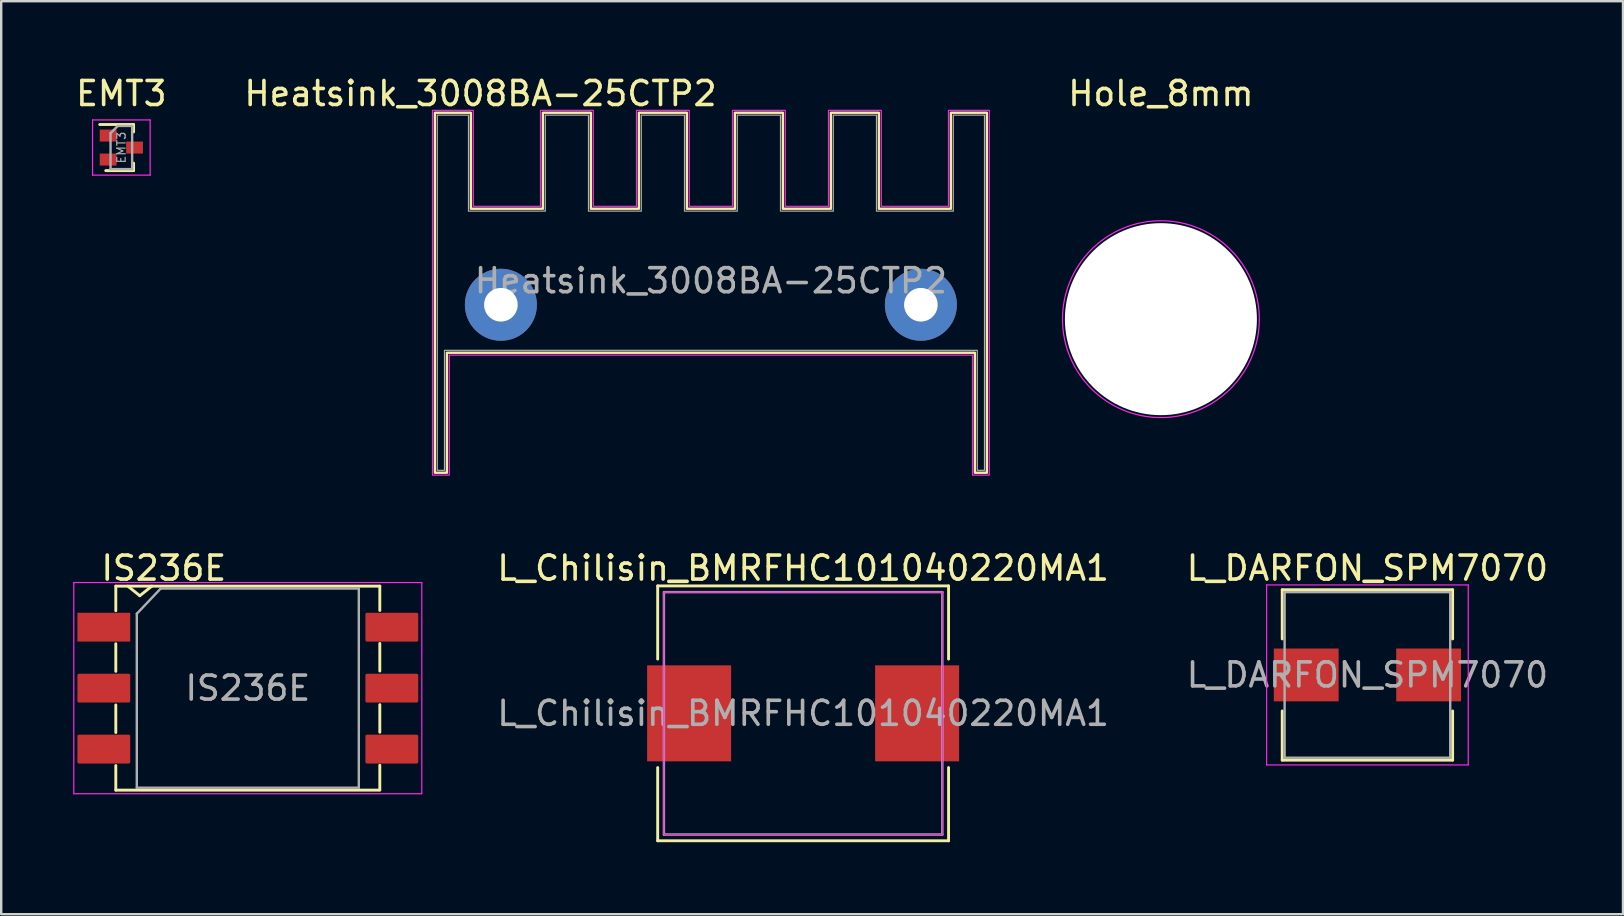
<source format=kicad_pcb>
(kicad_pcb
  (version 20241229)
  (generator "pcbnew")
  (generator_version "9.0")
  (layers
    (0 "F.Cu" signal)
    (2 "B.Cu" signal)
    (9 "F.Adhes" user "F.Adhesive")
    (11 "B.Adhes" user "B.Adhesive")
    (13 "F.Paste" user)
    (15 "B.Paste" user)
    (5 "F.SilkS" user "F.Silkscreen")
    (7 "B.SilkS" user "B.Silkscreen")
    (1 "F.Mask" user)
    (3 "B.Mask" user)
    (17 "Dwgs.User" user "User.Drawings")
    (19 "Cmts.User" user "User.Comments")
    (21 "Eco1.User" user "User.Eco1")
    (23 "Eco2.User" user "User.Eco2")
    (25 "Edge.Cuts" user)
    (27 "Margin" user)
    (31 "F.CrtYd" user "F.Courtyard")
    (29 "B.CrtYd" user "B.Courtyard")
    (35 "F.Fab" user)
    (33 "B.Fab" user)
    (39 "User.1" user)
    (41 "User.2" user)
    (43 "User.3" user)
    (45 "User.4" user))
  (footprint "L_Chilisin_BMRFHC101040220MA1"
    (layer "F.Cu")
    (at 30.413 26.672)
    (property "Reference" "L_Chilisin_BMRFHC101040220MA1" (at 0 -6.05 0) (layer "F.SilkS") (effects (font (size 1 1) (thickness 0.15))))
    (attr smd)
    (fp_line (start -6.06 -5.31) (end -6.06 -2.26) (stroke (width 0.12) (type solid)) (layer "F.SilkS"))
    (fp_line (start -6.06 -5.31) (end 6.06 -5.31) (stroke (width 0.12) (type solid)) (layer "F.SilkS"))
    (fp_line (start -6.06 5.31) (end -6.06 2.26) (stroke (width 0.12) (type solid)) (layer "F.SilkS"))
    (fp_line (start -6.06 5.31) (end 6.06 5.31) (stroke (width 0.12) (type solid)) (layer "F.SilkS"))
    (fp_line (start 6.06 -5.31) (end 6.06 -2.26) (stroke (width 0.12) (type solid)) (layer "F.SilkS"))
    (fp_line (start 6.06 5.31) (end 6.06 2.26) (stroke (width 0.12) (type solid)) (layer "F.SilkS"))
    (fp_line (start -5.8 -5.05) (end -5.8 5.05) (stroke (width 0.05) (type solid)) (layer "F.CrtYd"))
    (fp_line (start -5.8 5.05) (end 5.8 5.05) (stroke (width 0.05) (type solid)) (layer "F.CrtYd"))
    (fp_line (start 5.8 -5.05) (end -5.8 -5.05) (stroke (width 0.05) (type solid)) (layer "F.CrtYd"))
    (fp_line (start 5.8 5.05) (end 5.8 -5.05) (stroke (width 0.05) (type solid)) (layer "F.CrtYd"))
    (fp_line (start -5.8 -5.05) (end -5.8 5.05) (stroke (width 0.1) (type solid)) (layer "F.Fab"))
    (fp_line (start -5.8 5.05) (end 5.8 5.05) (stroke (width 0.1) (type solid)) (layer "F.Fab"))
    (fp_line (start 5.8 -5.05) (end -5.8 -5.05) (stroke (width 0.1) (type solid)) (layer "F.Fab"))
    (fp_line (start 5.8 5.05) (end 5.8 -5.05) (stroke (width 0.1) (type solid)) (layer "F.Fab"))
    (fp_text user "${REFERENCE}" (at 0 0 0) (layer "F.Fab") (effects (font (size 1 1) (thickness 0.15))))
    (pad "1" smd rect (at -4.75 0) (size 3.5 4) (layers "F.Cu" "F.Mask" "F.Paste"))
    (pad "2" smd rect (at 4.75 0) (size 3.5 4) (layers "F.Cu" "F.Mask" "F.Paste")))
  (footprint "Heatsink_3008BA-25CTP2"
    (layer "F.Cu")
    (at 26.57 9.648)
    (property "Reference" "Heatsink_3008BA-25CTP2" (at -9.6 -8.8 0) (layer "F.SilkS") (effects (font (size 1 1) (thickness 0.15))))
    (attr through_hole)
    (fp_poly (pts (xy -11.5 -8) (xy -10 -8) (xy -10 -4) (xy -7 -4) (xy -7 -8) (xy -5 -8) (xy -5 -4) (xy -3 -4) (xy -3 -8) (xy -1 -8) (xy -1 -4) (xy 1 -4) (xy 1 -8) (xy 3 -8) (xy 3 -4) (xy 5 -4) (xy 5 -8) (xy 7 -8) (xy 7 -4) (xy 10 -4) (xy 10 -8) (xy 11.5 -8) (xy 11.5 7) (xy 11 7) (xy 11 2) (xy -11 2) (xy -11 7) (xy -11.5 7)) (stroke (width 0.1) (type solid)) (fill no) (layer "F.SilkS"))
    (fp_poly (pts (xy -11.6 -8.1) (xy -9.9 -8.1) (xy -9.9 -4.1) (xy -7.1 -4.1) (xy -7.1 -8.1) (xy -4.9 -8.1) (xy -4.9 -4.1) (xy -3.1 -4.1) (xy -3.1 -8.1) (xy -0.9 -8.1) (xy -0.9 -4.1) (xy 0.9 -4.1) (xy 0.9 -8.1) (xy 3.1 -8.1) (xy 3.1 -4.1) (xy 4.9 -4.1) (xy 4.9 -8.1) (xy 7.1 -8.1) (xy 7.1 -4.1) (xy 9.9 -4.1) (xy 9.9 -8.1) (xy 11.6 -8.1) (xy 11.6 7.1) (xy 10.9 7.1) (xy 10.9 2.1) (xy -10.9 2.1) (xy -10.9 7.1) (xy -11.6 7.1)) (stroke (width 0.05) (type solid)) (fill no) (layer "F.CrtYd"))
    (fp_poly (pts (xy -11.4 -7.9) (xy -10.1 -7.9) (xy -10.1 -3.9) (xy -6.9 -3.9) (xy -6.9 -7.9) (xy -5.1 -7.9) (xy -5.1 -3.9) (xy -2.9 -3.9) (xy -2.9 -7.9) (xy -1.1 -7.9) (xy -1.1 -3.9) (xy 1.1 -3.9) (xy 1.1 -7.9) (xy 2.9 -7.9) (xy 2.9 -3.9) (xy 5.1 -3.9) (xy 5.1 -7.9) (xy 6.9 -7.9) (xy 6.9 -3.9) (xy 10.1 -3.9) (xy 10.1 -7.9) (xy 11.4 -7.9) (xy 11.4 6.9) (xy 11.1 6.9) (xy 11.1 1.9) (xy -11.1 1.9) (xy -11.1 6.9) (xy -11.4 6.9)) (stroke (width 0.05) (type solid)) (fill no) (layer "F.Fab"))
    (fp_text user "${REFERENCE}" (at 0 -1 0) (layer "F.Fab") (effects (font (size 1 1) (thickness 0.15))))
    (pad "1" thru_hole circle (at -8.75 0 180) (size 3 3) (drill 1.4) (layers "*.Cu" "*.Mask"))
    (pad "1" thru_hole circle (at 8.75 0) (size 3 3) (drill 1.4) (layers "*.Cu" "*.Mask")))
  (footprint "Hole_8mm"
    (layer "F.Cu")
    (at 45.32 10.248)
    (property "Reference" "Hole_8mm" (at 0 -9.4 0) (layer "F.SilkS") (effects (font (size 1 1) (thickness 0.15))))
    (attr exclude_from_pos_files exclude_from_bom)
    (fp_circle (center 0 0) (end 4.1 0) (stroke (width 0.05) (type solid)) (fill no) (layer "F.CrtYd"))
    (pad "" np_thru_hole circle (at 0 0) (size 8 8) (drill 8) (layers "*.Cu" "*.Mask")))
  (footprint "EMT3"
    (layer "F.Cu")
    (at 2.006 3.098)
    (property "Reference" "EMT3" (at 0 -2.25 0) (layer "F.SilkS") (effects (font (size 1 1) (thickness 0.15))))
    (attr smd)
    (fp_line (start 0.51 -0.96) (end -0.9 -0.96) (stroke (width 0.12) (type solid)) (layer "F.SilkS"))
    (fp_line (start 0.51 -0.96) (end 0.51 -0.65) (stroke (width 0.12) (type solid)) (layer "F.SilkS"))
    (fp_line (start 0.51 0.96) (end -0.65 0.96) (stroke (width 0.12) (type solid)) (layer "F.SilkS"))
    (fp_line (start 0.51 0.96) (end 0.51 0.65) (stroke (width 0.12) (type solid)) (layer "F.SilkS"))
    (fp_line (start -1.2 -1.15) (end 1.2 -1.15) (stroke (width 0.05) (type solid)) (layer "F.CrtYd"))
    (fp_line (start -1.2 1.15) (end -1.2 -1.15) (stroke (width 0.05) (type solid)) (layer "F.CrtYd"))
    (fp_line (start 1.2 -1.15) (end 1.2 1.15) (stroke (width 0.05) (type solid)) (layer "F.CrtYd"))
    (fp_line (start 1.2 1.15) (end -1.2 1.15) (stroke (width 0.05) (type solid)) (layer "F.CrtYd"))
    (fp_line (start -0.45 -0.6) (end -0.45 0.9) (stroke (width 0.1) (type solid)) (layer "F.Fab"))
    (fp_line (start -0.45 0.9) (end 0.45 0.9) (stroke (width 0.1) (type solid)) (layer "F.Fab"))
    (fp_line (start -0.15 -0.9) (end -0.45 -0.6) (stroke (width 0.1) (type solid)) (layer "F.Fab"))
    (fp_line (start -0.15 -0.9) (end 0.45 -0.9) (stroke (width 0.1) (type solid)) (layer "F.Fab"))
    (fp_line (start 0.45 -0.9) (end 0.45 0.9) (stroke (width 0.1) (type solid)) (layer "F.Fab"))
    (fp_text user "${REFERENCE}" (at 0 0 90) (layer "F.Fab") (effects (font (size 0.35 0.35) (thickness 0.05))))
    (pad "1" smd rect (at -0.55 -0.5) (size 0.7 0.5) (layers "F.Cu" "F.Mask" "F.Paste"))
    (pad "2" smd rect (at -0.55 0.5) (size 0.7 0.5) (layers "F.Cu" "F.Mask" "F.Paste"))
    (pad "3" smd rect (at 0.55 0) (size 0.7 0.5) (layers "F.Cu" "F.Mask" "F.Paste")))
  (footprint "L_DARFON_SPM7070"
    (layer "F.Cu")
    (at 53.925 25.072)
    (property "Reference" "L_DARFON_SPM7070" (at 0 -4.45 0) (layer "F.SilkS") (effects (font (size 1 1) (thickness 0.15))))
    (attr smd)
    (fp_line (start -3.55 -3.55) (end 3.55 -3.55) (stroke (width 0.12) (type solid)) (layer "F.SilkS"))
    (fp_line (start -3.55 -1.5) (end -3.55 -3.55) (stroke (width 0.12) (type solid)) (layer "F.SilkS"))
    (fp_line (start -3.55 1.5) (end -3.55 3.55) (stroke (width 0.12) (type solid)) (layer "F.SilkS"))
    (fp_line (start -3.55 3.55) (end 3.55 3.55) (stroke (width 0.12) (type solid)) (layer "F.SilkS"))
    (fp_line (start 3.55 -3.55) (end 3.55 -1.5) (stroke (width 0.12) (type solid)) (layer "F.SilkS"))
    (fp_line (start 3.55 3.55) (end 3.55 1.5) (stroke (width 0.12) (type solid)) (layer "F.SilkS"))
    (fp_line (start -4.2 -3.75) (end -4.2 3.75) (stroke (width 0.05) (type solid)) (layer "F.CrtYd"))
    (fp_line (start -4.2 3.75) (end 4.2 3.75) (stroke (width 0.05) (type solid)) (layer "F.CrtYd"))
    (fp_line (start 4.2 -3.75) (end -4.2 -3.75) (stroke (width 0.05) (type solid)) (layer "F.CrtYd"))
    (fp_line (start 4.2 3.75) (end 4.2 -3.75) (stroke (width 0.05) (type solid)) (layer "F.CrtYd"))
    (fp_line (start -3.45 -3.45) (end -3.45 3.45) (stroke (width 0.1) (type solid)) (layer "F.Fab"))
    (fp_line (start -3.45 3.45) (end 3.45 3.45) (stroke (width 0.1) (type solid)) (layer "F.Fab"))
    (fp_line (start 3.45 -3.45) (end -3.45 -3.45) (stroke (width 0.1) (type solid)) (layer "F.Fab"))
    (fp_line (start 3.45 3.45) (end 3.45 -3.45) (stroke (width 0.1) (type solid)) (layer "F.Fab"))
    (fp_text user "${REFERENCE}" (at 0 0 0) (layer "F.Fab") (effects (font (size 1 1) (thickness 0.15))))
    (pad "1" smd rect (at -2.55 0) (size 2.7 2.2) (layers "F.Cu" "F.Mask" "F.Paste"))
    (pad "2" smd rect (at 2.55 0) (size 2.7 2.2) (layers "F.Cu" "F.Mask" "F.Paste")))
  (footprint "IS236E"
    (layer "F.Cu")
    (at 7.275 25.622)
    (property "Reference" "IS236E" (at -3.5 -5 0) (layer "F.SilkS") (effects (font (size 1 1) (thickness 0.15))))
    (attr smd)
    (fp_line (start -5.5 -4.25) (end 5.5 -4.25) (stroke (width 0.12) (type solid)) (layer "F.SilkS"))
    (fp_line (start -5.5 -3.225) (end -5.5 -4.25) (stroke (width 0.12) (type solid)) (layer "F.SilkS"))
    (fp_line (start -5.5 -0.7) (end -5.5 -1.85) (stroke (width 0.12) (type solid)) (layer "F.SilkS"))
    (fp_line (start -5.5 1.85) (end -5.5 0.7) (stroke (width 0.12) (type solid)) (layer "F.SilkS"))
    (fp_line (start -5.5 4.25) (end -5.5 3.225) (stroke (width 0.12) (type solid)) (layer "F.SilkS"))
    (fp_line (start -5 -4.25) (end -4.5 -3.85) (stroke (width 0.12) (type solid)) (layer "F.SilkS"))
    (fp_line (start -4.5 -3.85) (end -4 -4.25) (stroke (width 0.12) (type solid)) (layer "F.SilkS"))
    (fp_line (start 5.5 -3.237) (end 5.5 -4.25) (stroke (width 0.12) (type solid)) (layer "F.SilkS"))
    (fp_line (start 5.5 -0.713) (end 5.5 -1.863) (stroke (width 0.12) (type solid)) (layer "F.SilkS"))
    (fp_line (start 5.5 1.837) (end 5.5 0.688) (stroke (width 0.12) (type solid)) (layer "F.SilkS"))
    (fp_line (start 5.5 4.237) (end 5.5 3.212) (stroke (width 0.12) (type solid)) (layer "F.SilkS"))
    (fp_line (start 5.5 4.25) (end -5.5 4.25) (stroke (width 0.12) (type solid)) (layer "F.SilkS"))
    (fp_line (start -7.25 -4.4) (end 7.25 -4.4) (stroke (width 0.05) (type solid)) (layer "F.CrtYd"))
    (fp_line (start -7.25 4.4) (end -7.25 -4.4) (stroke (width 0.05) (type solid)) (layer "F.CrtYd"))
    (fp_line (start 7.25 -4.4) (end 7.25 4.4) (stroke (width 0.05) (type solid)) (layer "F.CrtYd"))
    (fp_line (start 7.25 4.4) (end -7.25 4.4) (stroke (width 0.05) (type solid)) (layer "F.CrtYd"))
    (fp_line (start -4.625 -3.1) (end -3.63 -4.15) (stroke (width 0.1) (type solid)) (layer "F.Fab"))
    (fp_line (start -4.625 4.15) (end -4.625 -3.1) (stroke (width 0.1) (type solid)) (layer "F.Fab"))
    (fp_line (start -3.63 -4.15) (end 4.625 -4.15) (stroke (width 0.1) (type solid)) (layer "F.Fab"))
    (fp_line (start 4.625 -4.15) (end 4.625 4.15) (stroke (width 0.1) (type solid)) (layer "F.Fab"))
    (fp_line (start 4.625 4.15) (end -4.625 4.15) (stroke (width 0.1) (type solid)) (layer "F.Fab"))
    (fp_text user "${REFERENCE}" (at 0 0 0) (layer "F.Fab") (effects (font (size 1 1) (thickness 0.15))))
    (pad "1" smd rect (at -6 -2.54) (size 2.2 1.2) (layers "F.Cu" "F.Mask" "F.Paste"))
    (pad "2" smd roundrect (at -6 0) (size 2.2 1.2) (layers "F.Cu" "F.Mask" "F.Paste") (roundrect_rratio 0.05))
    (pad "3" smd roundrect (at -6 2.54) (size 2.2 1.2) (layers "F.Cu" "F.Mask" "F.Paste") (roundrect_rratio 0.05))
    (pad "4" smd roundrect (at 6 2.54) (size 2.2 1.2) (layers "F.Cu" "F.Mask" "F.Paste") (roundrect_rratio 0.05))
    (pad "5" smd roundrect (at 6 0) (size 2.2 1.2) (layers "F.Cu" "F.Mask" "F.Paste") (roundrect_rratio 0.05))
    (pad "6" smd roundrect (at 6 -2.54) (size 2.2 1.2) (layers "F.Cu" "F.Mask" "F.Paste") (roundrect_rratio 0.05)))
  (gr_rect
    (start -3 -3)
    (end 64.574 35.041)
    (stroke (width 0.1) (type default))
    (fill no)
    (layer "Edge.Cuts")))
</source>
